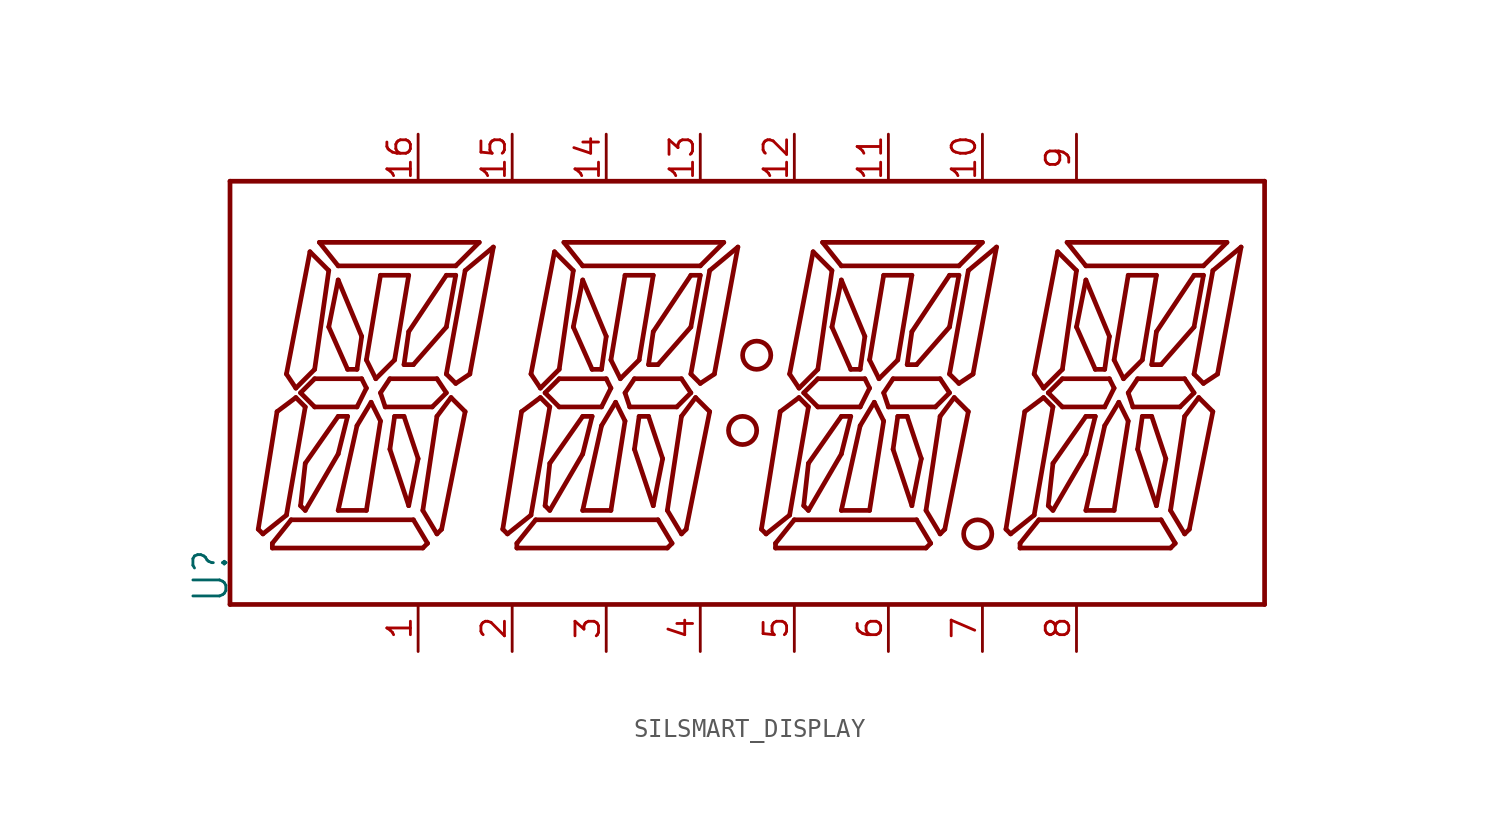
<source format=kicad_sym>
(kicad_symbol_lib
  (version 20220914)
  (generator kicad_symbol_editor)
  (symbol "SILSMART_DISPLAY"
    (property "Reference" "U"
      (at -27.94 -12.7 90)
      (effects (font (size 1.778 1.511)) (justify left bottom)))
    (property "Value" ""
      (at 30.48 -12.7 90)
      (effects (font (size 1.778 1.511)) (justify left bottom)))
    (property "ki_locked" ""
      (at 0 0 0)
      (effects (font (size 1.27 1.27))))
    (symbol "SILSMART_DISPLAY_1_0"
      (circle (center -0.254 -3.302) (radius 0.762) (stroke (width 0.254) (type solid)) (fill (type none)))
      (polyline (pts (xy -27.94 -12.7) (xy -27.94 10.16)) (stroke (width 0.254) (type solid)) (fill (type none)))
      (polyline (pts (xy -27.94 10.16) (xy 27.94 10.16)) (stroke (width 0.254) (type solid)) (fill (type none)))
      (polyline (pts (xy -26.416 -8.636) (xy -26.162 -8.89)) (stroke (width 0.254) (type solid)) (fill (type none)))
      (polyline (pts (xy -26.162 -8.89) (xy -24.892 -7.874)) (stroke (width 0.254) (type solid)) (fill (type none)))
      (polyline (pts (xy -25.654 -9.652) (xy -25.654 -9.398)) (stroke (width 0.254) (type solid)) (fill (type none)))
      (polyline (pts (xy -25.654 -9.398) (xy -24.638 -8.128)) (stroke (width 0.254) (type solid)) (fill (type none)))
      (polyline (pts (xy -25.4 -2.286) (xy -26.416 -8.636)) (stroke (width 0.254) (type solid)) (fill (type none)))
      (polyline (pts (xy -24.892 -7.874) (xy -23.876 -2.032)) (stroke (width 0.254) (type solid)) (fill (type none)))
      (polyline (pts (xy -24.892 -0.254) (xy -23.622 6.35)) (stroke (width 0.254) (type solid)) (fill (type none)))
      (polyline (pts (xy -24.638 -8.128) (xy -18.034 -8.128)) (stroke (width 0.254) (type solid)) (fill (type none)))
      (polyline (pts (xy -24.384 -1.524) (xy -25.4 -2.286)) (stroke (width 0.254) (type solid)) (fill (type none)))
      (polyline (pts (xy -24.384 -1.016) (xy -24.892 -0.254)) (stroke (width 0.254) (type solid)) (fill (type none)))
      (polyline (pts (xy -24.13 -7.366) (xy -23.876 -7.62)) (stroke (width 0.254) (type solid)) (fill (type none)))
      (polyline (pts (xy -24.13 -1.27) (xy -23.368 -0.508)) (stroke (width 0.254) (type solid)) (fill (type none)))
      (polyline (pts (xy -23.876 -7.62) (xy -22.098 -4.572)) (stroke (width 0.254) (type solid)) (fill (type none)))
      (polyline (pts (xy -23.876 -5.08) (xy -24.13 -7.366)) (stroke (width 0.254) (type solid)) (fill (type none)))
      (polyline (pts (xy -23.876 -2.032) (xy -24.384 -1.524)) (stroke (width 0.254) (type solid)) (fill (type none)))
      (polyline (pts (xy -23.622 6.35) (xy -22.606 5.334)) (stroke (width 0.254) (type solid)) (fill (type none)))
      (polyline (pts (xy -23.368 -2.032) (xy -24.13 -1.27)) (stroke (width 0.254) (type solid)) (fill (type none)))
      (polyline (pts (xy -23.368 -0.508) (xy -20.828 -0.508)) (stroke (width 0.254) (type solid)) (fill (type none)))
      (polyline (pts (xy -23.368 0) (xy -24.384 -1.016)) (stroke (width 0.254) (type solid)) (fill (type none)))
      (polyline (pts (xy -23.114 6.858) (xy -14.478 6.858)) (stroke (width 0.254) (type solid)) (fill (type none)))
      (polyline (pts (xy -22.606 2.286) (xy -22.098 4.826)) (stroke (width 0.254) (type solid)) (fill (type none)))
      (polyline (pts (xy -22.606 5.334) (xy -23.368 0)) (stroke (width 0.254) (type solid)) (fill (type none)))
      (polyline (pts (xy -22.098 -7.62) (xy -20.574 -7.62)) (stroke (width 0.254) (type solid)) (fill (type none)))
      (polyline (pts (xy -22.098 -4.572) (xy -21.59 -2.54)) (stroke (width 0.254) (type solid)) (fill (type none)))
      (polyline (pts (xy -22.098 -2.54) (xy -23.876 -5.08)) (stroke (width 0.254) (type solid)) (fill (type none)))
      (polyline (pts (xy -22.098 4.826) (xy -20.828 1.778)) (stroke (width 0.254) (type solid)) (fill (type none)))
      (polyline (pts (xy -22.098 5.588) (xy -23.114 6.858)) (stroke (width 0.254) (type solid)) (fill (type none)))
      (polyline (pts (xy -21.59 -2.54) (xy -22.098 -2.54)) (stroke (width 0.254) (type solid)) (fill (type none)))
      (polyline (pts (xy -21.59 0) (xy -22.606 2.286)) (stroke (width 0.254) (type solid)) (fill (type none)))
      (polyline (pts (xy -21.082 -3.048) (xy -22.098 -7.62)) (stroke (width 0.254) (type solid)) (fill (type none)))
      (polyline (pts (xy -21.082 -2.032) (xy -23.368 -2.032)) (stroke (width 0.254) (type solid)) (fill (type none)))
      (polyline (pts (xy -21.082 0) (xy -21.59 0)) (stroke (width 0.254) (type solid)) (fill (type none)))
      (polyline (pts (xy -20.828 -0.508) (xy -20.574 -1.016)) (stroke (width 0.254) (type solid)) (fill (type none)))
      (polyline (pts (xy -20.828 1.778) (xy -21.082 0)) (stroke (width 0.254) (type solid)) (fill (type none)))
      (polyline (pts (xy -20.574 -7.62) (xy -19.812 -2.794)) (stroke (width 0.254) (type solid)) (fill (type none)))
      (polyline (pts (xy -20.574 -1.016) (xy -21.082 -2.032)) (stroke (width 0.254) (type solid)) (fill (type none)))
      (polyline (pts (xy -20.574 0.508) (xy -19.812 5.08)) (stroke (width 0.254) (type solid)) (fill (type none)))
      (polyline (pts (xy -20.32 -1.778) (xy -21.082 -3.048)) (stroke (width 0.254) (type solid)) (fill (type none)))
      (polyline (pts (xy -20.066 -0.508) (xy -20.574 0.508)) (stroke (width 0.254) (type solid)) (fill (type none)))
      (polyline (pts (xy -19.812 -2.794) (xy -20.32 -1.778)) (stroke (width 0.254) (type solid)) (fill (type none)))
      (polyline (pts (xy -19.812 -1.27) (xy -19.304 -0.508)) (stroke (width 0.254) (type solid)) (fill (type none)))
      (polyline (pts (xy -19.812 5.08) (xy -18.288 5.08)) (stroke (width 0.254) (type solid)) (fill (type none)))
      (polyline (pts (xy -19.558 -2.032) (xy -19.812 -1.27)) (stroke (width 0.254) (type solid)) (fill (type none)))
      (polyline (pts (xy -19.304 -4.318) (xy -18.288 -7.366)) (stroke (width 0.254) (type solid)) (fill (type none)))
      (polyline (pts (xy -19.304 -0.508) (xy -16.764 -0.508)) (stroke (width 0.254) (type solid)) (fill (type none)))
      (polyline (pts (xy -19.05 -2.54) (xy -19.304 -4.318)) (stroke (width 0.254) (type solid)) (fill (type none)))
      (polyline (pts (xy -19.05 0.508) (xy -20.066 -0.508)) (stroke (width 0.254) (type solid)) (fill (type none)))
      (polyline (pts (xy -18.542 -2.54) (xy -19.05 -2.54)) (stroke (width 0.254) (type solid)) (fill (type none)))
      (polyline (pts (xy -18.542 0.254) (xy -18.034 0.254)) (stroke (width 0.254) (type solid)) (fill (type none)))
      (polyline (pts (xy -18.288 -7.366) (xy -17.78 -4.826)) (stroke (width 0.254) (type solid)) (fill (type none)))
      (polyline (pts (xy -18.288 2.032) (xy -18.542 0.254)) (stroke (width 0.254) (type solid)) (fill (type none)))
      (polyline (pts (xy -18.288 5.08) (xy -19.05 0.508)) (stroke (width 0.254) (type solid)) (fill (type none)))
      (polyline (pts (xy -18.034 -8.128) (xy -17.272 -9.398)) (stroke (width 0.254) (type solid)) (fill (type none)))
      (polyline (pts (xy -18.034 0.254) (xy -16.256 2.286)) (stroke (width 0.254) (type solid)) (fill (type none)))
      (polyline (pts (xy -17.78 -4.826) (xy -18.542 -2.54)) (stroke (width 0.254) (type solid)) (fill (type none)))
      (polyline (pts (xy -17.526 -9.652) (xy -25.654 -9.652)) (stroke (width 0.254) (type solid)) (fill (type none)))
      (polyline (pts (xy -17.526 -7.62) (xy -16.764 -2.54)) (stroke (width 0.254) (type solid)) (fill (type none)))
      (polyline (pts (xy -17.272 -9.398) (xy -17.526 -9.652)) (stroke (width 0.254) (type solid)) (fill (type none)))
      (polyline (pts (xy -17.018 -2.032) (xy -19.558 -2.032)) (stroke (width 0.254) (type solid)) (fill (type none)))
      (polyline (pts (xy -16.764 -8.89) (xy -17.526 -7.62)) (stroke (width 0.254) (type solid)) (fill (type none)))
      (polyline (pts (xy -16.764 -2.54) (xy -16.002 -1.524)) (stroke (width 0.254) (type solid)) (fill (type none)))
      (polyline (pts (xy -16.764 -0.508) (xy -16.256 -1.27)) (stroke (width 0.254) (type solid)) (fill (type none)))
      (polyline (pts (xy -16.51 -8.636) (xy -16.764 -8.89)) (stroke (width 0.254) (type solid)) (fill (type none)))
      (polyline (pts (xy -16.256 -1.27) (xy -17.018 -2.032)) (stroke (width 0.254) (type solid)) (fill (type none)))
      (polyline (pts (xy -16.256 -0.254) (xy -15.24 5.334)) (stroke (width 0.254) (type solid)) (fill (type none)))
      (polyline (pts (xy -16.256 2.286) (xy -15.748 5.08)) (stroke (width 0.254) (type solid)) (fill (type none)))
      (polyline (pts (xy -16.256 5.08) (xy -18.288 2.032)) (stroke (width 0.254) (type solid)) (fill (type none)))
      (polyline (pts (xy -16.002 -1.524) (xy -15.24 -2.286)) (stroke (width 0.254) (type solid)) (fill (type none)))
      (polyline (pts (xy -15.748 -0.762) (xy -16.256 -0.254)) (stroke (width 0.254) (type solid)) (fill (type none)))
      (polyline (pts (xy -15.748 5.08) (xy -16.256 5.08)) (stroke (width 0.254) (type solid)) (fill (type none)))
      (polyline (pts (xy -15.748 5.588) (xy -22.098 5.588)) (stroke (width 0.254) (type solid)) (fill (type none)))
      (polyline (pts (xy -15.24 -2.286) (xy -16.51 -8.636)) (stroke (width 0.254) (type solid)) (fill (type none)))
      (polyline (pts (xy -15.24 5.334) (xy -13.716 6.604)) (stroke (width 0.254) (type solid)) (fill (type none)))
      (polyline (pts (xy -14.986 -0.254) (xy -15.748 -0.762)) (stroke (width 0.254) (type solid)) (fill (type none)))
      (polyline (pts (xy -14.478 6.858) (xy -15.748 5.588)) (stroke (width 0.254) (type solid)) (fill (type none)))
      (polyline (pts (xy -13.716 6.604) (xy -14.986 -0.254)) (stroke (width 0.254) (type solid)) (fill (type none)))
      (polyline (pts (xy -13.208 -8.636) (xy -12.954 -8.89)) (stroke (width 0.254) (type solid)) (fill (type none)))
      (polyline (pts (xy -12.954 -8.89) (xy -11.684 -7.874)) (stroke (width 0.254) (type solid)) (fill (type none)))
      (polyline (pts (xy -12.446 -9.652) (xy -12.446 -9.398)) (stroke (width 0.254) (type solid)) (fill (type none)))
      (polyline (pts (xy -12.446 -9.398) (xy -11.43 -8.128)) (stroke (width 0.254) (type solid)) (fill (type none)))
      (polyline (pts (xy -12.192 -2.286) (xy -13.208 -8.636)) (stroke (width 0.254) (type solid)) (fill (type none)))
      (polyline (pts (xy -11.684 -7.874) (xy -10.668 -2.032)) (stroke (width 0.254) (type solid)) (fill (type none)))
      (polyline (pts (xy -11.684 -0.254) (xy -10.414 6.35)) (stroke (width 0.254) (type solid)) (fill (type none)))
      (polyline (pts (xy -11.43 -8.128) (xy -4.826 -8.128)) (stroke (width 0.254) (type solid)) (fill (type none)))
      (polyline (pts (xy -11.176 -1.524) (xy -12.192 -2.286)) (stroke (width 0.254) (type solid)) (fill (type none)))
      (polyline (pts (xy -11.176 -1.016) (xy -11.684 -0.254)) (stroke (width 0.254) (type solid)) (fill (type none)))
      (polyline (pts (xy -10.922 -7.366) (xy -10.668 -7.62)) (stroke (width 0.254) (type solid)) (fill (type none)))
      (polyline (pts (xy -10.922 -1.27) (xy -10.16 -0.508)) (stroke (width 0.254) (type solid)) (fill (type none)))
      (polyline (pts (xy -10.668 -7.62) (xy -8.89 -4.572)) (stroke (width 0.254) (type solid)) (fill (type none)))
      (polyline (pts (xy -10.668 -5.08) (xy -10.922 -7.366)) (stroke (width 0.254) (type solid)) (fill (type none)))
      (polyline (pts (xy -10.668 -2.032) (xy -11.176 -1.524)) (stroke (width 0.254) (type solid)) (fill (type none)))
      (polyline (pts (xy -10.414 6.35) (xy -9.398 5.334)) (stroke (width 0.254) (type solid)) (fill (type none)))
      (polyline (pts (xy -10.16 -2.032) (xy -10.922 -1.27)) (stroke (width 0.254) (type solid)) (fill (type none)))
      (polyline (pts (xy -10.16 -0.508) (xy -7.62 -0.508)) (stroke (width 0.254) (type solid)) (fill (type none)))
      (polyline (pts (xy -10.16 0) (xy -11.176 -1.016)) (stroke (width 0.254) (type solid)) (fill (type none)))
      (polyline (pts (xy -9.906 6.858) (xy -1.27 6.858)) (stroke (width 0.254) (type solid)) (fill (type none)))
      (polyline (pts (xy -9.398 2.286) (xy -8.89 4.826)) (stroke (width 0.254) (type solid)) (fill (type none)))
      (polyline (pts (xy -9.398 5.334) (xy -10.16 0)) (stroke (width 0.254) (type solid)) (fill (type none)))
      (polyline (pts (xy -8.89 -7.62) (xy -7.366 -7.62)) (stroke (width 0.254) (type solid)) (fill (type none)))
      (polyline (pts (xy -8.89 -4.572) (xy -8.382 -2.54)) (stroke (width 0.254) (type solid)) (fill (type none)))
      (polyline (pts (xy -8.89 -2.54) (xy -10.668 -5.08)) (stroke (width 0.254) (type solid)) (fill (type none)))
      (polyline (pts (xy -8.89 4.826) (xy -7.62 1.778)) (stroke (width 0.254) (type solid)) (fill (type none)))
      (polyline (pts (xy -8.89 5.588) (xy -9.906 6.858)) (stroke (width 0.254) (type solid)) (fill (type none)))
      (polyline (pts (xy -8.382 -2.54) (xy -8.89 -2.54)) (stroke (width 0.254) (type solid)) (fill (type none)))
      (polyline (pts (xy -8.382 0) (xy -9.398 2.286)) (stroke (width 0.254) (type solid)) (fill (type none)))
      (polyline (pts (xy -7.874 -3.048) (xy -8.89 -7.62)) (stroke (width 0.254) (type solid)) (fill (type none)))
      (polyline (pts (xy -7.874 -2.032) (xy -10.16 -2.032)) (stroke (width 0.254) (type solid)) (fill (type none)))
      (polyline (pts (xy -7.874 0) (xy -8.382 0)) (stroke (width 0.254) (type solid)) (fill (type none)))
      (polyline (pts (xy -7.62 -0.508) (xy -7.366 -1.016)) (stroke (width 0.254) (type solid)) (fill (type none)))
      (polyline (pts (xy -7.62 1.778) (xy -7.874 0)) (stroke (width 0.254) (type solid)) (fill (type none)))
      (polyline (pts (xy -7.366 -7.62) (xy -6.604 -2.794)) (stroke (width 0.254) (type solid)) (fill (type none)))
      (polyline (pts (xy -7.366 -1.016) (xy -7.874 -2.032)) (stroke (width 0.254) (type solid)) (fill (type none)))
      (polyline (pts (xy -7.366 0.508) (xy -6.604 5.08)) (stroke (width 0.254) (type solid)) (fill (type none)))
      (polyline (pts (xy -7.112 -1.778) (xy -7.874 -3.048)) (stroke (width 0.254) (type solid)) (fill (type none)))
      (polyline (pts (xy -6.858 -0.508) (xy -7.366 0.508)) (stroke (width 0.254) (type solid)) (fill (type none)))
      (polyline (pts (xy -6.604 -2.794) (xy -7.112 -1.778)) (stroke (width 0.254) (type solid)) (fill (type none)))
      (polyline (pts (xy -6.604 -1.27) (xy -6.096 -0.508)) (stroke (width 0.254) (type solid)) (fill (type none)))
      (polyline (pts (xy -6.604 5.08) (xy -5.08 5.08)) (stroke (width 0.254) (type solid)) (fill (type none)))
      (polyline (pts (xy -6.35 -2.032) (xy -6.604 -1.27)) (stroke (width 0.254) (type solid)) (fill (type none)))
      (polyline (pts (xy -6.096 -4.318) (xy -5.08 -7.366)) (stroke (width 0.254) (type solid)) (fill (type none)))
      (polyline (pts (xy -6.096 -0.508) (xy -3.556 -0.508)) (stroke (width 0.254) (type solid)) (fill (type none)))
      (polyline (pts (xy -5.842 -2.54) (xy -6.096 -4.318)) (stroke (width 0.254) (type solid)) (fill (type none)))
      (polyline (pts (xy -5.842 0.508) (xy -6.858 -0.508)) (stroke (width 0.254) (type solid)) (fill (type none)))
      (polyline (pts (xy -5.334 -2.54) (xy -5.842 -2.54)) (stroke (width 0.254) (type solid)) (fill (type none)))
      (polyline (pts (xy -5.334 0.254) (xy -4.826 0.254)) (stroke (width 0.254) (type solid)) (fill (type none)))
      (polyline (pts (xy -5.08 -7.366) (xy -4.572 -4.826)) (stroke (width 0.254) (type solid)) (fill (type none)))
      (polyline (pts (xy -5.08 2.032) (xy -5.334 0.254)) (stroke (width 0.254) (type solid)) (fill (type none)))
      (polyline (pts (xy -5.08 5.08) (xy -5.842 0.508)) (stroke (width 0.254) (type solid)) (fill (type none)))
      (polyline (pts (xy -4.826 -8.128) (xy -4.064 -9.398)) (stroke (width 0.254) (type solid)) (fill (type none)))
      (polyline (pts (xy -4.826 0.254) (xy -3.048 2.286)) (stroke (width 0.254) (type solid)) (fill (type none)))
      (polyline (pts (xy -4.572 -4.826) (xy -5.334 -2.54)) (stroke (width 0.254) (type solid)) (fill (type none)))
      (polyline (pts (xy -4.318 -9.652) (xy -12.446 -9.652)) (stroke (width 0.254) (type solid)) (fill (type none)))
      (polyline (pts (xy -4.318 -7.62) (xy -3.556 -2.54)) (stroke (width 0.254) (type solid)) (fill (type none)))
      (polyline (pts (xy -4.064 -9.398) (xy -4.318 -9.652)) (stroke (width 0.254) (type solid)) (fill (type none)))
      (polyline (pts (xy -3.81 -2.032) (xy -6.35 -2.032)) (stroke (width 0.254) (type solid)) (fill (type none)))
      (polyline (pts (xy -3.556 -8.89) (xy -4.318 -7.62)) (stroke (width 0.254) (type solid)) (fill (type none)))
      (polyline (pts (xy -3.556 -2.54) (xy -2.794 -1.524)) (stroke (width 0.254) (type solid)) (fill (type none)))
      (polyline (pts (xy -3.556 -0.508) (xy -3.048 -1.27)) (stroke (width 0.254) (type solid)) (fill (type none)))
      (polyline (pts (xy -3.302 -8.636) (xy -3.556 -8.89)) (stroke (width 0.254) (type solid)) (fill (type none)))
      (polyline (pts (xy -3.048 -1.27) (xy -3.81 -2.032)) (stroke (width 0.254) (type solid)) (fill (type none)))
      (polyline (pts (xy -3.048 -0.254) (xy -2.032 5.334)) (stroke (width 0.254) (type solid)) (fill (type none)))
      (polyline (pts (xy -3.048 2.286) (xy -2.54 5.08)) (stroke (width 0.254) (type solid)) (fill (type none)))
      (polyline (pts (xy -3.048 5.08) (xy -5.08 2.032)) (stroke (width 0.254) (type solid)) (fill (type none)))
      (polyline (pts (xy -2.794 -1.524) (xy -2.032 -2.286)) (stroke (width 0.254) (type solid)) (fill (type none)))
      (polyline (pts (xy -2.54 -0.762) (xy -3.048 -0.254)) (stroke (width 0.254) (type solid)) (fill (type none)))
      (polyline (pts (xy -2.54 5.08) (xy -3.048 5.08)) (stroke (width 0.254) (type solid)) (fill (type none)))
      (polyline (pts (xy -2.54 5.588) (xy -8.89 5.588)) (stroke (width 0.254) (type solid)) (fill (type none)))
      (polyline (pts (xy -2.032 -2.286) (xy -3.302 -8.636)) (stroke (width 0.254) (type solid)) (fill (type none)))
      (polyline (pts (xy -2.032 5.334) (xy -0.508 6.604)) (stroke (width 0.254) (type solid)) (fill (type none)))
      (polyline (pts (xy -1.778 -0.254) (xy -2.54 -0.762)) (stroke (width 0.254) (type solid)) (fill (type none)))
      (polyline (pts (xy -1.27 6.858) (xy -2.54 5.588)) (stroke (width 0.254) (type solid)) (fill (type none)))
      (polyline (pts (xy -0.508 6.604) (xy -1.778 -0.254)) (stroke (width 0.254) (type solid)) (fill (type none)))
      (polyline (pts (xy 0.762 -8.636) (xy 1.016 -8.89)) (stroke (width 0.254) (type solid)) (fill (type none)))
      (polyline (pts (xy 1.016 -8.89) (xy 2.286 -7.874)) (stroke (width 0.254) (type solid)) (fill (type none)))
      (polyline (pts (xy 1.524 -9.652) (xy 1.524 -9.398)) (stroke (width 0.254) (type solid)) (fill (type none)))
      (polyline (pts (xy 1.524 -9.398) (xy 2.54 -8.128)) (stroke (width 0.254) (type solid)) (fill (type none)))
      (polyline (pts (xy 1.778 -2.286) (xy 0.762 -8.636)) (stroke (width 0.254) (type solid)) (fill (type none)))
      (polyline (pts (xy 2.286 -7.874) (xy 3.302 -2.032)) (stroke (width 0.254) (type solid)) (fill (type none)))
      (polyline (pts (xy 2.286 -0.254) (xy 3.556 6.35)) (stroke (width 0.254) (type solid)) (fill (type none)))
      (polyline (pts (xy 2.54 -8.128) (xy 9.144 -8.128)) (stroke (width 0.254) (type solid)) (fill (type none)))
      (polyline (pts (xy 2.794 -1.524) (xy 1.778 -2.286)) (stroke (width 0.254) (type solid)) (fill (type none)))
      (polyline (pts (xy 2.794 -1.016) (xy 2.286 -0.254)) (stroke (width 0.254) (type solid)) (fill (type none)))
      (polyline (pts (xy 3.048 -7.366) (xy 3.302 -7.62)) (stroke (width 0.254) (type solid)) (fill (type none)))
      (polyline (pts (xy 3.048 -1.27) (xy 3.81 -0.508)) (stroke (width 0.254) (type solid)) (fill (type none)))
      (polyline (pts (xy 3.302 -7.62) (xy 5.08 -4.572)) (stroke (width 0.254) (type solid)) (fill (type none)))
      (polyline (pts (xy 3.302 -5.08) (xy 3.048 -7.366)) (stroke (width 0.254) (type solid)) (fill (type none)))
      (polyline (pts (xy 3.302 -2.032) (xy 2.794 -1.524)) (stroke (width 0.254) (type solid)) (fill (type none)))
      (polyline (pts (xy 3.556 6.35) (xy 4.572 5.334)) (stroke (width 0.254) (type solid)) (fill (type none)))
      (polyline (pts (xy 3.81 -2.032) (xy 3.048 -1.27)) (stroke (width 0.254) (type solid)) (fill (type none)))
      (polyline (pts (xy 3.81 -0.508) (xy 6.35 -0.508)) (stroke (width 0.254) (type solid)) (fill (type none)))
      (polyline (pts (xy 3.81 0) (xy 2.794 -1.016)) (stroke (width 0.254) (type solid)) (fill (type none)))
      (polyline (pts (xy 4.064 6.858) (xy 12.7 6.858)) (stroke (width 0.254) (type solid)) (fill (type none)))
      (polyline (pts (xy 4.572 2.286) (xy 5.08 4.826)) (stroke (width 0.254) (type solid)) (fill (type none)))
      (polyline (pts (xy 4.572 5.334) (xy 3.81 0)) (stroke (width 0.254) (type solid)) (fill (type none)))
      (polyline (pts (xy 5.08 -7.62) (xy 6.604 -7.62)) (stroke (width 0.254) (type solid)) (fill (type none)))
      (polyline (pts (xy 5.08 -4.572) (xy 5.588 -2.54)) (stroke (width 0.254) (type solid)) (fill (type none)))
      (polyline (pts (xy 5.08 -2.54) (xy 3.302 -5.08)) (stroke (width 0.254) (type solid)) (fill (type none)))
      (polyline (pts (xy 5.08 4.826) (xy 6.35 1.778)) (stroke (width 0.254) (type solid)) (fill (type none)))
      (polyline (pts (xy 5.08 5.588) (xy 4.064 6.858)) (stroke (width 0.254) (type solid)) (fill (type none)))
      (polyline (pts (xy 5.588 -2.54) (xy 5.08 -2.54)) (stroke (width 0.254) (type solid)) (fill (type none)))
      (polyline (pts (xy 5.588 0) (xy 4.572 2.286)) (stroke (width 0.254) (type solid)) (fill (type none)))
      (polyline (pts (xy 6.096 -3.048) (xy 5.08 -7.62)) (stroke (width 0.254) (type solid)) (fill (type none)))
      (polyline (pts (xy 6.096 -2.032) (xy 3.81 -2.032)) (stroke (width 0.254) (type solid)) (fill (type none)))
      (polyline (pts (xy 6.096 0) (xy 5.588 0)) (stroke (width 0.254) (type solid)) (fill (type none)))
      (polyline (pts (xy 6.35 -0.508) (xy 6.604 -1.016)) (stroke (width 0.254) (type solid)) (fill (type none)))
      (polyline (pts (xy 6.35 1.778) (xy 6.096 0)) (stroke (width 0.254) (type solid)) (fill (type none)))
      (polyline (pts (xy 6.604 -7.62) (xy 7.366 -2.794)) (stroke (width 0.254) (type solid)) (fill (type none)))
      (polyline (pts (xy 6.604 -1.016) (xy 6.096 -2.032)) (stroke (width 0.254) (type solid)) (fill (type none)))
      (polyline (pts (xy 6.604 0.508) (xy 7.366 5.08)) (stroke (width 0.254) (type solid)) (fill (type none)))
      (polyline (pts (xy 6.858 -1.778) (xy 6.096 -3.048)) (stroke (width 0.254) (type solid)) (fill (type none)))
      (polyline (pts (xy 7.112 -0.508) (xy 6.604 0.508)) (stroke (width 0.254) (type solid)) (fill (type none)))
      (polyline (pts (xy 7.366 -2.794) (xy 6.858 -1.778)) (stroke (width 0.254) (type solid)) (fill (type none)))
      (polyline (pts (xy 7.366 -1.27) (xy 7.874 -0.508)) (stroke (width 0.254) (type solid)) (fill (type none)))
      (polyline (pts (xy 7.366 5.08) (xy 8.89 5.08)) (stroke (width 0.254) (type solid)) (fill (type none)))
      (polyline (pts (xy 7.62 -2.032) (xy 7.366 -1.27)) (stroke (width 0.254) (type solid)) (fill (type none)))
      (polyline (pts (xy 7.874 -4.318) (xy 8.89 -7.366)) (stroke (width 0.254) (type solid)) (fill (type none)))
      (polyline (pts (xy 7.874 -0.508) (xy 10.414 -0.508)) (stroke (width 0.254) (type solid)) (fill (type none)))
      (polyline (pts (xy 8.128 -2.54) (xy 7.874 -4.318)) (stroke (width 0.254) (type solid)) (fill (type none)))
      (polyline (pts (xy 8.128 0.508) (xy 7.112 -0.508)) (stroke (width 0.254) (type solid)) (fill (type none)))
      (polyline (pts (xy 8.636 -2.54) (xy 8.128 -2.54)) (stroke (width 0.254) (type solid)) (fill (type none)))
      (polyline (pts (xy 8.636 0.254) (xy 9.144 0.254)) (stroke (width 0.254) (type solid)) (fill (type none)))
      (polyline (pts (xy 8.89 -7.366) (xy 9.398 -4.826)) (stroke (width 0.254) (type solid)) (fill (type none)))
      (polyline (pts (xy 8.89 2.032) (xy 8.636 0.254)) (stroke (width 0.254) (type solid)) (fill (type none)))
      (polyline (pts (xy 8.89 5.08) (xy 8.128 0.508)) (stroke (width 0.254) (type solid)) (fill (type none)))
      (polyline (pts (xy 9.144 -8.128) (xy 9.906 -9.398)) (stroke (width 0.254) (type solid)) (fill (type none)))
      (polyline (pts (xy 9.144 0.254) (xy 10.922 2.286)) (stroke (width 0.254) (type solid)) (fill (type none)))
      (polyline (pts (xy 9.398 -4.826) (xy 8.636 -2.54)) (stroke (width 0.254) (type solid)) (fill (type none)))
      (polyline (pts (xy 9.652 -9.652) (xy 1.524 -9.652)) (stroke (width 0.254) (type solid)) (fill (type none)))
      (polyline (pts (xy 9.652 -7.62) (xy 10.414 -2.54)) (stroke (width 0.254) (type solid)) (fill (type none)))
      (polyline (pts (xy 9.906 -9.398) (xy 9.652 -9.652)) (stroke (width 0.254) (type solid)) (fill (type none)))
      (polyline (pts (xy 10.16 -2.032) (xy 7.62 -2.032)) (stroke (width 0.254) (type solid)) (fill (type none)))
      (polyline (pts (xy 10.414 -8.89) (xy 9.652 -7.62)) (stroke (width 0.254) (type solid)) (fill (type none)))
      (polyline (pts (xy 10.414 -2.54) (xy 11.176 -1.524)) (stroke (width 0.254) (type solid)) (fill (type none)))
      (polyline (pts (xy 10.414 -0.508) (xy 10.922 -1.27)) (stroke (width 0.254) (type solid)) (fill (type none)))
      (polyline (pts (xy 10.668 -8.636) (xy 10.414 -8.89)) (stroke (width 0.254) (type solid)) (fill (type none)))
      (polyline (pts (xy 10.922 -1.27) (xy 10.16 -2.032)) (stroke (width 0.254) (type solid)) (fill (type none)))
      (polyline (pts (xy 10.922 -0.254) (xy 11.938 5.334)) (stroke (width 0.254) (type solid)) (fill (type none)))
      (polyline (pts (xy 10.922 2.286) (xy 11.43 5.08)) (stroke (width 0.254) (type solid)) (fill (type none)))
      (polyline (pts (xy 10.922 5.08) (xy 8.89 2.032)) (stroke (width 0.254) (type solid)) (fill (type none)))
      (polyline (pts (xy 11.176 -1.524) (xy 11.938 -2.286)) (stroke (width 0.254) (type solid)) (fill (type none)))
      (polyline (pts (xy 11.43 -0.762) (xy 10.922 -0.254)) (stroke (width 0.254) (type solid)) (fill (type none)))
      (polyline (pts (xy 11.43 5.08) (xy 10.922 5.08)) (stroke (width 0.254) (type solid)) (fill (type none)))
      (polyline (pts (xy 11.43 5.588) (xy 5.08 5.588)) (stroke (width 0.254) (type solid)) (fill (type none)))
      (polyline (pts (xy 11.938 -2.286) (xy 10.668 -8.636)) (stroke (width 0.254) (type solid)) (fill (type none)))
      (polyline (pts (xy 11.938 5.334) (xy 13.462 6.604)) (stroke (width 0.254) (type solid)) (fill (type none)))
      (polyline (pts (xy 12.192 -0.254) (xy 11.43 -0.762)) (stroke (width 0.254) (type solid)) (fill (type none)))
      (polyline (pts (xy 12.7 6.858) (xy 11.43 5.588)) (stroke (width 0.254) (type solid)) (fill (type none)))
      (polyline (pts (xy 13.462 6.604) (xy 12.192 -0.254)) (stroke (width 0.254) (type solid)) (fill (type none)))
      (polyline (pts (xy 13.97 -8.636) (xy 14.224 -8.89)) (stroke (width 0.254) (type solid)) (fill (type none)))
      (polyline (pts (xy 14.224 -8.89) (xy 15.494 -7.874)) (stroke (width 0.254) (type solid)) (fill (type none)))
      (polyline (pts (xy 14.732 -9.652) (xy 14.732 -9.398)) (stroke (width 0.254) (type solid)) (fill (type none)))
      (polyline (pts (xy 14.732 -9.398) (xy 15.748 -8.128)) (stroke (width 0.254) (type solid)) (fill (type none)))
      (polyline (pts (xy 14.986 -2.286) (xy 13.97 -8.636)) (stroke (width 0.254) (type solid)) (fill (type none)))
      (polyline (pts (xy 15.494 -7.874) (xy 16.51 -2.032)) (stroke (width 0.254) (type solid)) (fill (type none)))
      (polyline (pts (xy 15.494 -0.254) (xy 16.764 6.35)) (stroke (width 0.254) (type solid)) (fill (type none)))
      (polyline (pts (xy 15.748 -8.128) (xy 22.352 -8.128)) (stroke (width 0.254) (type solid)) (fill (type none)))
      (polyline (pts (xy 16.002 -1.524) (xy 14.986 -2.286)) (stroke (width 0.254) (type solid)) (fill (type none)))
      (polyline (pts (xy 16.002 -1.016) (xy 15.494 -0.254)) (stroke (width 0.254) (type solid)) (fill (type none)))
      (polyline (pts (xy 16.256 -7.366) (xy 16.51 -7.62)) (stroke (width 0.254) (type solid)) (fill (type none)))
      (polyline (pts (xy 16.256 -1.27) (xy 17.018 -0.508)) (stroke (width 0.254) (type solid)) (fill (type none)))
      (polyline (pts (xy 16.51 -7.62) (xy 18.288 -4.572)) (stroke (width 0.254) (type solid)) (fill (type none)))
      (polyline (pts (xy 16.51 -5.08) (xy 16.256 -7.366)) (stroke (width 0.254) (type solid)) (fill (type none)))
      (polyline (pts (xy 16.51 -2.032) (xy 16.002 -1.524)) (stroke (width 0.254) (type solid)) (fill (type none)))
      (polyline (pts (xy 16.764 6.35) (xy 17.78 5.334)) (stroke (width 0.254) (type solid)) (fill (type none)))
      (polyline (pts (xy 17.018 -2.032) (xy 16.256 -1.27)) (stroke (width 0.254) (type solid)) (fill (type none)))
      (polyline (pts (xy 17.018 -0.508) (xy 19.558 -0.508)) (stroke (width 0.254) (type solid)) (fill (type none)))
      (polyline (pts (xy 17.018 0) (xy 16.002 -1.016)) (stroke (width 0.254) (type solid)) (fill (type none)))
      (polyline (pts (xy 17.272 6.858) (xy 25.908 6.858)) (stroke (width 0.254) (type solid)) (fill (type none)))
      (polyline (pts (xy 17.78 2.286) (xy 18.288 4.826)) (stroke (width 0.254) (type solid)) (fill (type none)))
      (polyline (pts (xy 17.78 5.334) (xy 17.018 0)) (stroke (width 0.254) (type solid)) (fill (type none)))
      (polyline (pts (xy 18.288 -7.62) (xy 19.812 -7.62)) (stroke (width 0.254) (type solid)) (fill (type none)))
      (polyline (pts (xy 18.288 -4.572) (xy 18.796 -2.54)) (stroke (width 0.254) (type solid)) (fill (type none)))
      (polyline (pts (xy 18.288 -2.54) (xy 16.51 -5.08)) (stroke (width 0.254) (type solid)) (fill (type none)))
      (polyline (pts (xy 18.288 4.826) (xy 19.558 1.778)) (stroke (width 0.254) (type solid)) (fill (type none)))
      (polyline (pts (xy 18.288 5.588) (xy 17.272 6.858)) (stroke (width 0.254) (type solid)) (fill (type none)))
      (polyline (pts (xy 18.796 -2.54) (xy 18.288 -2.54)) (stroke (width 0.254) (type solid)) (fill (type none)))
      (polyline (pts (xy 18.796 0) (xy 17.78 2.286)) (stroke (width 0.254) (type solid)) (fill (type none)))
      (polyline (pts (xy 19.304 -3.048) (xy 18.288 -7.62)) (stroke (width 0.254) (type solid)) (fill (type none)))
      (polyline (pts (xy 19.304 -2.032) (xy 17.018 -2.032)) (stroke (width 0.254) (type solid)) (fill (type none)))
      (polyline (pts (xy 19.304 0) (xy 18.796 0)) (stroke (width 0.254) (type solid)) (fill (type none)))
      (polyline (pts (xy 19.558 -0.508) (xy 19.812 -1.016)) (stroke (width 0.254) (type solid)) (fill (type none)))
      (polyline (pts (xy 19.558 1.778) (xy 19.304 0)) (stroke (width 0.254) (type solid)) (fill (type none)))
      (polyline (pts (xy 19.812 -7.62) (xy 20.574 -2.794)) (stroke (width 0.254) (type solid)) (fill (type none)))
      (polyline (pts (xy 19.812 -1.016) (xy 19.304 -2.032)) (stroke (width 0.254) (type solid)) (fill (type none)))
      (polyline (pts (xy 19.812 0.508) (xy 20.574 5.08)) (stroke (width 0.254) (type solid)) (fill (type none)))
      (polyline (pts (xy 20.066 -1.778) (xy 19.304 -3.048)) (stroke (width 0.254) (type solid)) (fill (type none)))
      (polyline (pts (xy 20.32 -0.508) (xy 19.812 0.508)) (stroke (width 0.254) (type solid)) (fill (type none)))
      (polyline (pts (xy 20.574 -2.794) (xy 20.066 -1.778)) (stroke (width 0.254) (type solid)) (fill (type none)))
      (polyline (pts (xy 20.574 -1.27) (xy 21.082 -0.508)) (stroke (width 0.254) (type solid)) (fill (type none)))
      (polyline (pts (xy 20.574 5.08) (xy 22.098 5.08)) (stroke (width 0.254) (type solid)) (fill (type none)))
      (polyline (pts (xy 20.828 -2.032) (xy 20.574 -1.27)) (stroke (width 0.254) (type solid)) (fill (type none)))
      (polyline (pts (xy 21.082 -4.318) (xy 22.098 -7.366)) (stroke (width 0.254) (type solid)) (fill (type none)))
      (polyline (pts (xy 21.082 -0.508) (xy 23.622 -0.508)) (stroke (width 0.254) (type solid)) (fill (type none)))
      (polyline (pts (xy 21.336 -2.54) (xy 21.082 -4.318)) (stroke (width 0.254) (type solid)) (fill (type none)))
      (polyline (pts (xy 21.336 0.508) (xy 20.32 -0.508)) (stroke (width 0.254) (type solid)) (fill (type none)))
      (polyline (pts (xy 21.844 -2.54) (xy 21.336 -2.54)) (stroke (width 0.254) (type solid)) (fill (type none)))
      (polyline (pts (xy 21.844 0.254) (xy 22.352 0.254)) (stroke (width 0.254) (type solid)) (fill (type none)))
      (polyline (pts (xy 22.098 -7.366) (xy 22.606 -4.826)) (stroke (width 0.254) (type solid)) (fill (type none)))
      (polyline (pts (xy 22.098 2.032) (xy 21.844 0.254)) (stroke (width 0.254) (type solid)) (fill (type none)))
      (polyline (pts (xy 22.098 5.08) (xy 21.336 0.508)) (stroke (width 0.254) (type solid)) (fill (type none)))
      (polyline (pts (xy 22.352 -8.128) (xy 23.114 -9.398)) (stroke (width 0.254) (type solid)) (fill (type none)))
      (polyline (pts (xy 22.352 0.254) (xy 24.13 2.286)) (stroke (width 0.254) (type solid)) (fill (type none)))
      (polyline (pts (xy 22.606 -4.826) (xy 21.844 -2.54)) (stroke (width 0.254) (type solid)) (fill (type none)))
      (polyline (pts (xy 22.86 -9.652) (xy 14.732 -9.652)) (stroke (width 0.254) (type solid)) (fill (type none)))
      (polyline (pts (xy 22.86 -7.62) (xy 23.622 -2.54)) (stroke (width 0.254) (type solid)) (fill (type none)))
      (polyline (pts (xy 23.114 -9.398) (xy 22.86 -9.652)) (stroke (width 0.254) (type solid)) (fill (type none)))
      (polyline (pts (xy 23.368 -2.032) (xy 20.828 -2.032)) (stroke (width 0.254) (type solid)) (fill (type none)))
      (polyline (pts (xy 23.622 -8.89) (xy 22.86 -7.62)) (stroke (width 0.254) (type solid)) (fill (type none)))
      (polyline (pts (xy 23.622 -2.54) (xy 24.384 -1.524)) (stroke (width 0.254) (type solid)) (fill (type none)))
      (polyline (pts (xy 23.622 -0.508) (xy 24.13 -1.27)) (stroke (width 0.254) (type solid)) (fill (type none)))
      (polyline (pts (xy 23.876 -8.636) (xy 23.622 -8.89)) (stroke (width 0.254) (type solid)) (fill (type none)))
      (polyline (pts (xy 24.13 -1.27) (xy 23.368 -2.032)) (stroke (width 0.254) (type solid)) (fill (type none)))
      (polyline (pts (xy 24.13 -0.254) (xy 25.146 5.334)) (stroke (width 0.254) (type solid)) (fill (type none)))
      (polyline (pts (xy 24.13 2.286) (xy 24.638 5.08)) (stroke (width 0.254) (type solid)) (fill (type none)))
      (polyline (pts (xy 24.13 5.08) (xy 22.098 2.032)) (stroke (width 0.254) (type solid)) (fill (type none)))
      (polyline (pts (xy 24.384 -1.524) (xy 25.146 -2.286)) (stroke (width 0.254) (type solid)) (fill (type none)))
      (polyline (pts (xy 24.638 -0.762) (xy 24.13 -0.254)) (stroke (width 0.254) (type solid)) (fill (type none)))
      (polyline (pts (xy 24.638 5.08) (xy 24.13 5.08)) (stroke (width 0.254) (type solid)) (fill (type none)))
      (polyline (pts (xy 24.638 5.588) (xy 18.288 5.588)) (stroke (width 0.254) (type solid)) (fill (type none)))
      (polyline (pts (xy 25.146 -2.286) (xy 23.876 -8.636)) (stroke (width 0.254) (type solid)) (fill (type none)))
      (polyline (pts (xy 25.146 5.334) (xy 26.67 6.604)) (stroke (width 0.254) (type solid)) (fill (type none)))
      (polyline (pts (xy 25.4 -0.254) (xy 24.638 -0.762)) (stroke (width 0.254) (type solid)) (fill (type none)))
      (polyline (pts (xy 25.908 6.858) (xy 24.638 5.588)) (stroke (width 0.254) (type solid)) (fill (type none)))
      (polyline (pts (xy 26.67 6.604) (xy 25.4 -0.254)) (stroke (width 0.254) (type solid)) (fill (type none)))
      (polyline (pts (xy 27.94 -12.7) (xy -27.94 -12.7)) (stroke (width 0.254) (type solid)) (fill (type none)))
      (polyline (pts (xy 27.94 10.16) (xy 27.94 -12.7)) (stroke (width 0.254) (type solid)) (fill (type none)))
      (circle (center 0.508 0.762) (radius 0.762) (stroke (width 0.254) (type solid)) (fill (type none)))
      (circle (center 12.446 -8.89) (radius 0.762) (stroke (width 0.254) (type solid)) (fill (type none)))
      (pin bidirectional line (at -17.78 -15.24 90) (length 2.54) (name "DIG_1B" (effects (font (size 0 0)))) (number "1" (effects (font (size 1.27 1.27)))))
      (pin bidirectional line (at 12.7 12.7 270) (length 2.54) (name "DIG_3B" (effects (font (size 0 0)))) (number "10" (effects (font (size 1.27 1.27)))))
      (pin bidirectional line (at 7.62 12.7 270) (length 2.54) (name "DIG_3A" (effects (font (size 0 0)))) (number "11" (effects (font (size 1.27 1.27)))))
      (pin bidirectional line (at 2.54 12.7 270) (length 2.54) (name "COM_F" (effects (font (size 0 0)))) (number "12" (effects (font (size 1.27 1.27)))))
      (pin bidirectional line (at -2.54 12.7 270) (length 2.54) (name "COM_B" (effects (font (size 0 0)))) (number "13" (effects (font (size 1.27 1.27)))))
      (pin bidirectional line (at -7.62 12.7 270) (length 2.54) (name "COM_A" (effects (font (size 0 0)))) (number "14" (effects (font (size 1.27 1.27)))))
      (pin bidirectional line (at -12.7 12.7 270) (length 2.54) (name "DIG_2A" (effects (font (size 0 0)))) (number "15" (effects (font (size 1.27 1.27)))))
      (pin bidirectional line (at -17.78 12.7 270) (length 2.54) (name "DIG_1A" (effects (font (size 0 0)))) (number "16" (effects (font (size 1.27 1.27)))))
      (pin bidirectional line (at -12.7 -15.24 90) (length 2.54) (name "DIG_2B" (effects (font (size 0 0)))) (number "2" (effects (font (size 1.27 1.27)))))
      (pin bidirectional line (at -7.62 -15.24 90) (length 2.54) (name "COM_D" (effects (font (size 0 0)))) (number "3" (effects (font (size 1.27 1.27)))))
      (pin bidirectional line (at -2.54 -15.24 90) (length 2.54) (name "COM_C" (effects (font (size 0 0)))) (number "4" (effects (font (size 1.27 1.27)))))
      (pin bidirectional line (at 2.54 -15.24 90) (length 2.54) (name "COM_G1" (effects (font (size 0 0)))) (number "5" (effects (font (size 1.27 1.27)))))
      (pin bidirectional line (at 7.62 -15.24 90) (length 2.54) (name "COM_E" (effects (font (size 0 0)))) (number "6" (effects (font (size 1.27 1.27)))))
      (pin bidirectional line (at 12.7 -15.24 90) (length 2.54) (name "DIG_DP" (effects (font (size 0 0)))) (number "7" (effects (font (size 1.27 1.27)))))
      (pin bidirectional line (at 17.78 -15.24 90) (length 2.54) (name "DIG_4A" (effects (font (size 0 0)))) (number "8" (effects (font (size 1.27 1.27)))))
      (pin bidirectional line (at 17.78 12.7 270) (length 2.54) (name "DIG_4B" (effects (font (size 0 0)))) (number "9" (effects (font (size 1.27 1.27))))))))
</source>
